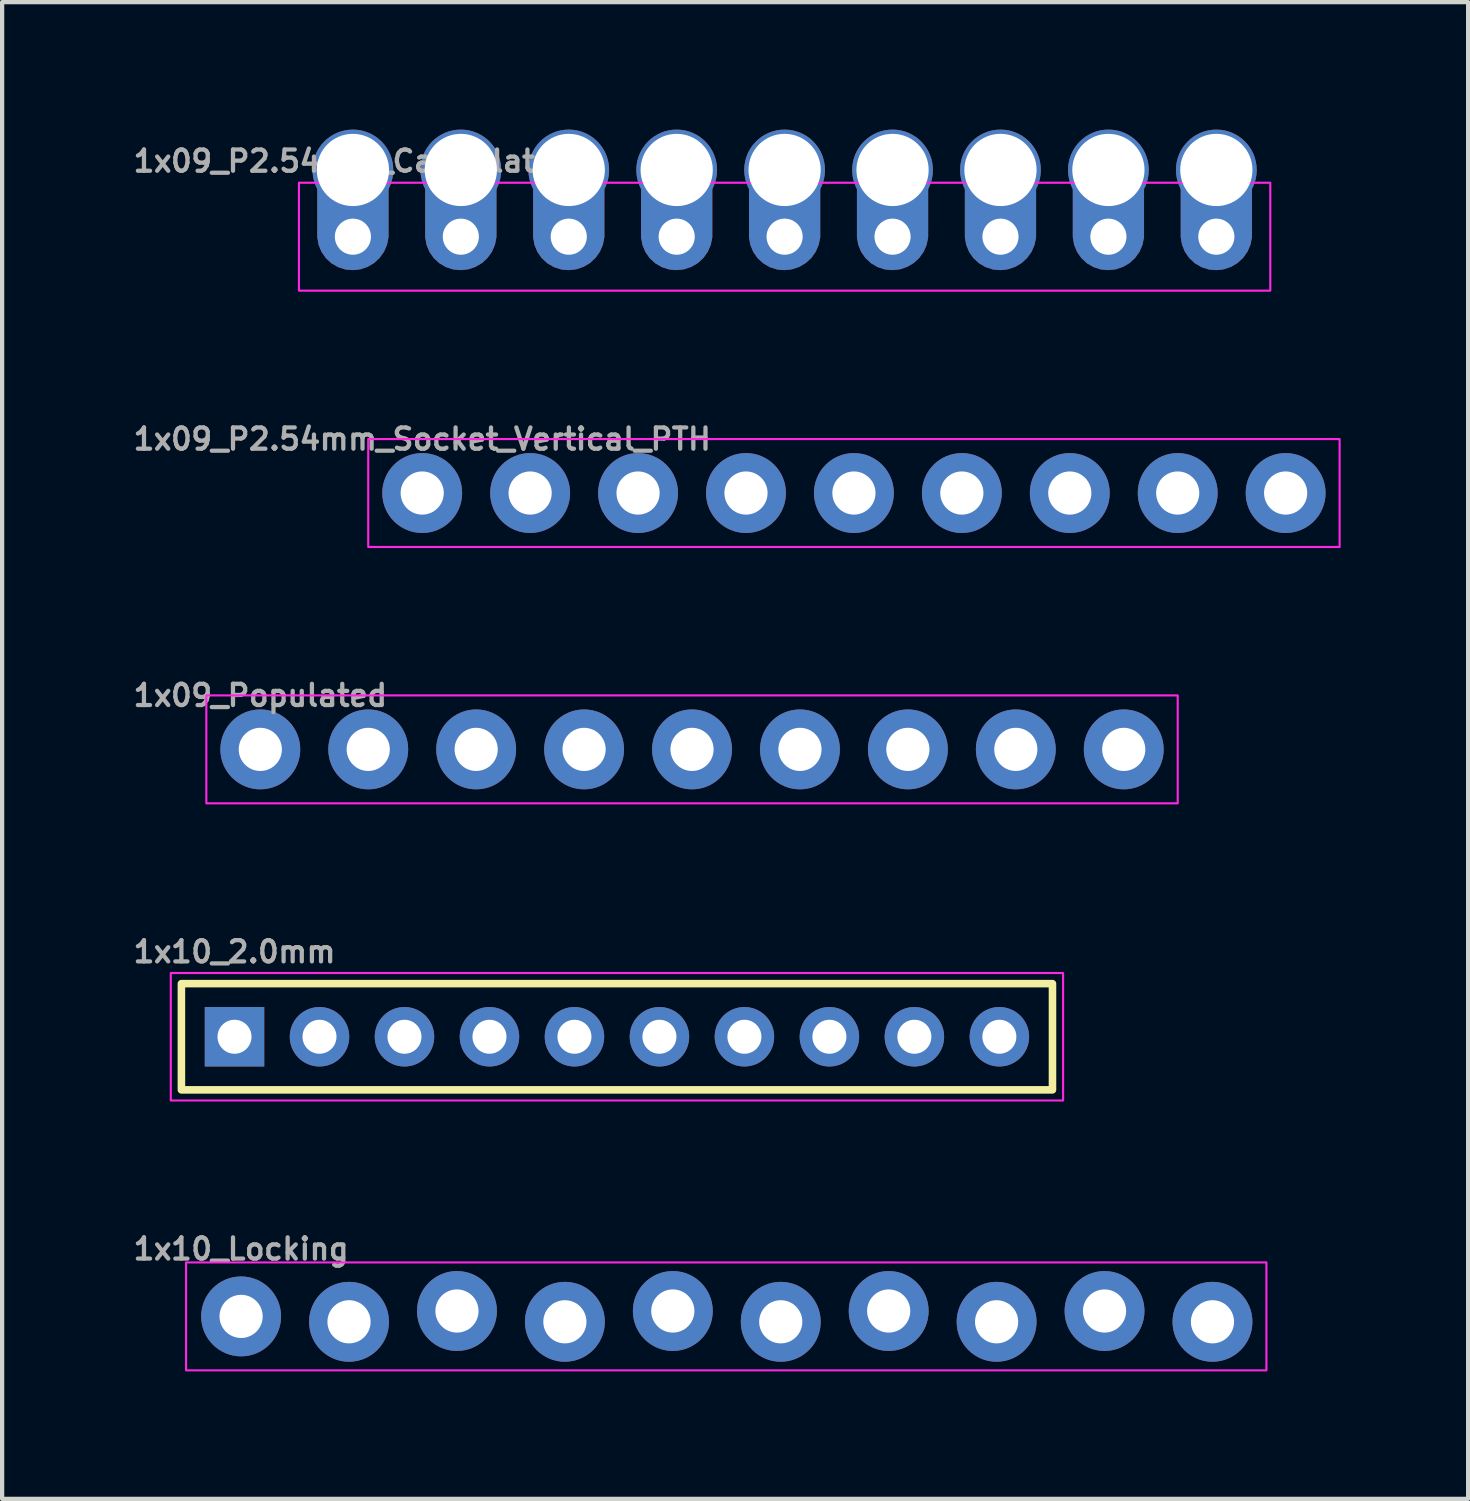
<source format=kicad_pcb>
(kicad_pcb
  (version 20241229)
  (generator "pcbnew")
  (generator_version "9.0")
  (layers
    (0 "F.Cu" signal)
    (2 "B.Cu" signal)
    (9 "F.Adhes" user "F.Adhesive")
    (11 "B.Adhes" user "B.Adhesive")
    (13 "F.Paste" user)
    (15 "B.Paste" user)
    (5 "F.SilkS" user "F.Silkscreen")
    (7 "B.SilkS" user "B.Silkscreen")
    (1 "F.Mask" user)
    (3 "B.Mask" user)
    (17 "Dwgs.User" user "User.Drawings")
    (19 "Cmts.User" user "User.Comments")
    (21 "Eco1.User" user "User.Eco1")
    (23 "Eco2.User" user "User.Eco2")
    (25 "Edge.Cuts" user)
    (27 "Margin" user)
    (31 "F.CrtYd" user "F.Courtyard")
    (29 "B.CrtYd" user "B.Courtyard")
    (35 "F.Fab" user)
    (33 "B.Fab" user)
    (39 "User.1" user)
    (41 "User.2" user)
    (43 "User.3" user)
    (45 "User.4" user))
  (footprint "1x10_Locking"
    (layer "F.Cu")
    (at 2.624 27.93)
    (property "Reference" "1x10_Locking" (at 0 -1.587 0) (layer "F.Fab") (effects (font (size 0.5 0.5) (thickness 0.1))))
    (fp_rect (start -1.295 -1.27) (end 24.13 1.27) (stroke (width 0.05) (type default)) (fill no) (layer "F.CrtYd"))
    (fp_poly (pts (xy -0.254 0.254) (xy 0.254 0.254) (xy 0.254 -0.254) (xy -0.254 -0.254)) (stroke (width 0.1) (type default)) (fill no) (layer "F.Fab"))
    (fp_poly (pts (xy 2.286 0.254) (xy 2.794 0.254) (xy 2.794 -0.254) (xy 2.286 -0.254)) (stroke (width 0.1) (type default)) (fill no) (layer "F.Fab"))
    (fp_poly (pts (xy 4.826 0.254) (xy 5.334 0.254) (xy 5.334 -0.254) (xy 4.826 -0.254)) (stroke (width 0.1) (type default)) (fill no) (layer "F.Fab"))
    (fp_poly (pts (xy 7.366 0.254) (xy 7.874 0.254) (xy 7.874 -0.254) (xy 7.366 -0.254)) (stroke (width 0.1) (type default)) (fill no) (layer "F.Fab"))
    (fp_poly (pts (xy 9.906 0.254) (xy 10.414 0.254) (xy 10.414 -0.254) (xy 9.906 -0.254)) (stroke (width 0.1) (type default)) (fill no) (layer "F.Fab"))
    (fp_poly (pts (xy 12.446 0.254) (xy 12.954 0.254) (xy 12.954 -0.254) (xy 12.446 -0.254)) (stroke (width 0.1) (type default)) (fill no) (layer "F.Fab"))
    (fp_poly (pts (xy 14.986 0.254) (xy 15.494 0.254) (xy 15.494 -0.254) (xy 14.986 -0.254)) (stroke (width 0.1) (type default)) (fill no) (layer "F.Fab"))
    (fp_poly (pts (xy 17.526 0.254) (xy 18.034 0.254) (xy 18.034 -0.254) (xy 17.526 -0.254)) (stroke (width 0.1) (type default)) (fill no) (layer "F.Fab"))
    (fp_poly (pts (xy 20.066 0.254) (xy 20.574 0.254) (xy 20.574 -0.254) (xy 20.066 -0.254)) (stroke (width 0.1) (type default)) (fill no) (layer "F.Fab"))
    (fp_poly (pts (xy 22.606 0.254) (xy 23.114 0.254) (xy 23.114 -0.254) (xy 22.606 -0.254)) (stroke (width 0.1) (type default)) (fill no) (layer "F.Fab"))
    (pad "1" thru_hole circle (at 0 0 90) (size 1.88 1.88) (drill 1.016) (layers "*.Cu" "*.Mask"))
    (pad "2" thru_hole circle (at 2.54 0.127 90) (size 1.88 1.88) (drill 1.016) (layers "*.Cu" "*.Mask"))
    (pad "3" thru_hole circle (at 5.08 -0.127 90) (size 1.88 1.88) (drill 1.016) (layers "*.Cu" "*.Mask"))
    (pad "4" thru_hole circle (at 7.62 0.127 90) (size 1.88 1.88) (drill 1.016) (layers "*.Cu" "*.Mask"))
    (pad "5" thru_hole circle (at 10.16 -0.127 90) (size 1.88 1.88) (drill 1.016) (layers "*.Cu" "*.Mask"))
    (pad "6" thru_hole circle (at 12.7 0.127 90) (size 1.88 1.88) (drill 1.016) (layers "*.Cu" "*.Mask"))
    (pad "7" thru_hole circle (at 15.24 -0.127 90) (size 1.88 1.88) (drill 1.016) (layers "*.Cu" "*.Mask"))
    (pad "8" thru_hole circle (at 17.78 0.127 90) (size 1.88 1.88) (drill 1.016) (layers "*.Cu" "*.Mask"))
    (pad "9" thru_hole circle (at 20.32 -0.127 90) (size 1.88 1.88) (drill 1.016) (layers "*.Cu" "*.Mask"))
    (pad "10" thru_hole circle (at 22.86 0.127 90) (size 1.88 1.88) (drill 1.016) (layers "*.Cu" "*.Mask")))
  (footprint "1x09_P2.54mm_Castellated"
    (layer "F.Cu")
    (at 5.255 2.52)
    (property "Reference" "1x09_P2.54mm_Castellated" (at 0 -1.778 0) (layer "F.Fab") (effects (font (size 0.5 0.5) (thickness 0.1))))
    (fp_rect (start -1.27 -1.27) (end 21.59 1.27) (stroke (width 0.05) (type default)) (fill no) (layer "F.CrtYd"))
    (fp_rect (start -0.254 -0.254) (end 0.254 0.254) (stroke (width 0.1) (type default)) (fill no) (layer "F.Fab"))
    (fp_rect (start 2.286 -0.254) (end 2.794 0.254) (stroke (width 0.1) (type default)) (fill no) (layer "F.Fab"))
    (fp_rect (start 4.826 -0.254) (end 5.334 0.254) (stroke (width 0.1) (type default)) (fill no) (layer "F.Fab"))
    (fp_rect (start 7.366 -0.254) (end 7.874 0.254) (stroke (width 0.1) (type default)) (fill no) (layer "F.Fab"))
    (fp_rect (start 9.906 -0.254) (end 10.414 0.254) (stroke (width 0.1) (type default)) (fill no) (layer "F.Fab"))
    (fp_rect (start 12.446 -0.254) (end 12.954 0.254) (stroke (width 0.1) (type default)) (fill no) (layer "F.Fab"))
    (fp_rect (start 14.986 -0.254) (end 15.494 0.254) (stroke (width 0.1) (type default)) (fill no) (layer "F.Fab"))
    (fp_rect (start 17.526 -0.254) (end 18.034 0.254) (stroke (width 0.1) (type default)) (fill no) (layer "F.Fab"))
    (fp_rect (start 20.066 -0.254) (end 20.574 0.254) (stroke (width 0.1) (type default)) (fill no) (layer "F.Fab"))
    (pad "1" thru_hole circle (at 0 -1.57 270) (size 1.9 1.9) (drill 1.7) (property pad_prop_castellated) (layers "*.Cu" "*.Mask") (remove_unused_layers yes) (keep_end_layers yes) (zone_layer_connections))
    (pad "1" thru_hole custom (at 0 0 90) (size 1.016 1.016) (drill 0.85) (layers "*.Cu" "*.Mask") (remove_unused_layers yes) (keep_end_layers yes) (zone_layer_connections) (options (anchor circle)) (primitives (gr_poly (pts (xy -0.189 0.803) (xy -0.352 0.733) (xy -0.498 0.63) (xy -0.619 0.499) (xy -0.71 0.346) (xy -0.767 0.177) (xy -0.787 0.001) (xy -0.787 -0.001) (xy -0.771 -0.179) (xy -0.716 -0.349) (xy -0.625 -0.505) (xy -0.504 -0.636) (xy -0.356 -0.739) (xy -0.19 -0.807) (xy -0.014 -0.838) (xy 1.27 -0.838) (xy 1.27 0.838) (xy -0.014 0.838)) (width 0) (fill yes))))
    (pad "2" thru_hole circle (at 2.54 -1.57 270) (size 1.9 1.9) (drill 1.7) (property pad_prop_castellated) (layers "*.Cu" "*.Mask") (remove_unused_layers yes) (keep_end_layers yes) (zone_layer_connections))
    (pad "2" thru_hole custom (at 2.54 0 90) (size 1.016 1.016) (drill 0.85) (layers "*.Cu" "*.Mask") (remove_unused_layers yes) (keep_end_layers yes) (zone_layer_connections) (options (anchor circle)) (primitives (gr_poly (pts (xy -0.189 0.803) (xy -0.352 0.733) (xy -0.498 0.63) (xy -0.619 0.499) (xy -0.71 0.346) (xy -0.767 0.177) (xy -0.787 0.001) (xy -0.787 -0.001) (xy -0.771 -0.179) (xy -0.716 -0.349) (xy -0.625 -0.505) (xy -0.504 -0.636) (xy -0.356 -0.739) (xy -0.19 -0.807) (xy -0.014 -0.838) (xy 1.27 -0.838) (xy 1.27 0.838) (xy -0.014 0.838)) (width 0) (fill yes))))
    (pad "3" thru_hole circle (at 5.08 -1.57 270) (size 1.9 1.9) (drill 1.7) (property pad_prop_castellated) (layers "*.Cu" "*.Mask") (remove_unused_layers yes) (keep_end_layers yes) (zone_layer_connections))
    (pad "3" thru_hole custom (at 5.08 0 90) (size 1.016 1.016) (drill 0.85) (layers "*.Cu" "*.Mask") (remove_unused_layers yes) (keep_end_layers yes) (zone_layer_connections) (options (anchor circle)) (primitives (gr_poly (pts (xy -0.189 0.803) (xy -0.352 0.733) (xy -0.498 0.63) (xy -0.619 0.499) (xy -0.71 0.346) (xy -0.767 0.177) (xy -0.787 0.001) (xy -0.787 -0.001) (xy -0.771 -0.179) (xy -0.716 -0.349) (xy -0.625 -0.505) (xy -0.504 -0.636) (xy -0.356 -0.739) (xy -0.19 -0.807) (xy -0.014 -0.838) (xy 1.27 -0.838) (xy 1.27 0.838) (xy -0.014 0.838)) (width 0) (fill yes))))
    (pad "4" thru_hole circle (at 7.62 -1.57 270) (size 1.9 1.9) (drill 1.7) (property pad_prop_castellated) (layers "*.Cu" "*.Mask") (remove_unused_layers yes) (keep_end_layers yes) (zone_layer_connections))
    (pad "4" thru_hole custom (at 7.62 0 90) (size 1.016 1.016) (drill 0.85) (layers "*.Cu" "*.Mask") (remove_unused_layers yes) (keep_end_layers yes) (zone_layer_connections) (options (anchor circle)) (primitives (gr_poly (pts (xy -0.189 0.803) (xy -0.352 0.733) (xy -0.498 0.63) (xy -0.619 0.499) (xy -0.71 0.346) (xy -0.767 0.177) (xy -0.787 0.001) (xy -0.787 -0.001) (xy -0.771 -0.179) (xy -0.716 -0.349) (xy -0.625 -0.505) (xy -0.504 -0.636) (xy -0.356 -0.739) (xy -0.19 -0.807) (xy -0.014 -0.838) (xy 1.27 -0.838) (xy 1.27 0.838) (xy -0.014 0.838)) (width 0) (fill yes))))
    (pad "5" thru_hole circle (at 10.16 -1.57 270) (size 1.9 1.9) (drill 1.7) (property pad_prop_castellated) (layers "*.Cu" "*.Mask") (remove_unused_layers yes) (keep_end_layers yes) (zone_layer_connections))
    (pad "5" thru_hole custom (at 10.16 0 90) (size 1.016 1.016) (drill 0.85) (layers "*.Cu" "*.Mask") (remove_unused_layers yes) (keep_end_layers yes) (zone_layer_connections) (options (anchor circle)) (primitives (gr_poly (pts (xy -0.189 0.803) (xy -0.352 0.733) (xy -0.498 0.63) (xy -0.619 0.499) (xy -0.71 0.346) (xy -0.767 0.177) (xy -0.787 0.001) (xy -0.787 -0.001) (xy -0.771 -0.179) (xy -0.716 -0.349) (xy -0.625 -0.505) (xy -0.504 -0.636) (xy -0.356 -0.739) (xy -0.19 -0.807) (xy -0.014 -0.838) (xy 1.27 -0.838) (xy 1.27 0.838) (xy -0.014 0.838)) (width 0) (fill yes))))
    (pad "6" thru_hole circle (at 12.7 -1.57 270) (size 1.9 1.9) (drill 1.7) (property pad_prop_castellated) (layers "*.Cu" "*.Mask") (remove_unused_layers yes) (keep_end_layers yes) (zone_layer_connections))
    (pad "6" thru_hole custom (at 12.7 0 90) (size 1.016 1.016) (drill 0.85) (layers "*.Cu" "*.Mask") (remove_unused_layers yes) (keep_end_layers yes) (zone_layer_connections) (options (anchor circle)) (primitives (gr_poly (pts (xy -0.189 0.803) (xy -0.352 0.733) (xy -0.498 0.63) (xy -0.619 0.499) (xy -0.71 0.346) (xy -0.767 0.177) (xy -0.787 0.001) (xy -0.787 -0.001) (xy -0.771 -0.179) (xy -0.716 -0.349) (xy -0.625 -0.505) (xy -0.504 -0.636) (xy -0.356 -0.739) (xy -0.19 -0.807) (xy -0.014 -0.838) (xy 1.27 -0.838) (xy 1.27 0.838) (xy -0.014 0.838)) (width 0) (fill yes))))
    (pad "7" thru_hole circle (at 15.24 -1.57 270) (size 1.9 1.9) (drill 1.7) (property pad_prop_castellated) (layers "*.Cu" "*.Mask") (remove_unused_layers yes) (keep_end_layers yes) (zone_layer_connections))
    (pad "7" thru_hole custom (at 15.24 0 90) (size 1.016 1.016) (drill 0.85) (layers "*.Cu" "*.Mask") (remove_unused_layers yes) (keep_end_layers yes) (zone_layer_connections) (options (anchor circle)) (primitives (gr_poly (pts (xy -0.189 0.803) (xy -0.352 0.733) (xy -0.498 0.63) (xy -0.619 0.499) (xy -0.71 0.346) (xy -0.767 0.177) (xy -0.787 0.001) (xy -0.787 -0.001) (xy -0.771 -0.179) (xy -0.716 -0.349) (xy -0.625 -0.505) (xy -0.504 -0.636) (xy -0.356 -0.739) (xy -0.19 -0.807) (xy -0.014 -0.838) (xy 1.27 -0.838) (xy 1.27 0.838) (xy -0.014 0.838)) (width 0) (fill yes))))
    (pad "8" thru_hole circle (at 17.78 -1.57 270) (size 1.9 1.9) (drill 1.7) (property pad_prop_castellated) (layers "*.Cu" "*.Mask") (remove_unused_layers yes) (keep_end_layers yes) (zone_layer_connections))
    (pad "8" thru_hole custom (at 17.78 0 90) (size 1.016 1.016) (drill 0.85) (layers "*.Cu" "*.Mask") (remove_unused_layers yes) (keep_end_layers yes) (zone_layer_connections) (options (anchor circle)) (primitives (gr_poly (pts (xy -0.189 0.803) (xy -0.352 0.733) (xy -0.498 0.63) (xy -0.619 0.499) (xy -0.71 0.346) (xy -0.767 0.177) (xy -0.787 0.001) (xy -0.787 -0.001) (xy -0.771 -0.179) (xy -0.716 -0.349) (xy -0.625 -0.505) (xy -0.504 -0.636) (xy -0.356 -0.739) (xy -0.19 -0.807) (xy -0.014 -0.838) (xy 1.27 -0.838) (xy 1.27 0.838) (xy -0.014 0.838)) (width 0) (fill yes))))
    (pad "9" thru_hole circle (at 20.32 -1.57 270) (size 1.9 1.9) (drill 1.7) (property pad_prop_castellated) (layers "*.Cu" "*.Mask") (remove_unused_layers yes) (keep_end_layers yes) (zone_layer_connections))
    (pad "9" thru_hole custom (at 20.32 0 90) (size 1.016 1.016) (drill 0.85) (layers "*.Cu" "*.Mask") (remove_unused_layers yes) (keep_end_layers yes) (zone_layer_connections) (options (anchor circle)) (primitives (gr_poly (pts (xy -0.189 0.803) (xy -0.352 0.733) (xy -0.498 0.63) (xy -0.619 0.499) (xy -0.71 0.346) (xy -0.767 0.177) (xy -0.787 0.001) (xy -0.787 -0.001) (xy -0.771 -0.179) (xy -0.716 -0.349) (xy -0.625 -0.505) (xy -0.504 -0.636) (xy -0.356 -0.739) (xy -0.19 -0.807) (xy -0.014 -0.838) (xy 1.27 -0.838) (xy 1.27 0.838) (xy -0.014 0.838)) (width 0) (fill yes)))))
  (footprint "1x09_P2.54mm_Socket_Vertical_PTH"
    (layer "F.Cu")
    (at 6.886 8.553)
    (property "Reference" "1x09_P2.54mm_Socket_Vertical_PTH" (at 0 -1.27 0) (layer "F.Fab") (effects (font (size 0.5 0.5) (thickness 0.1))))
    (fp_rect (start -1.27 -1.27) (end 21.59 1.27) (stroke (width 0.05) (type default)) (fill no) (layer "F.CrtYd"))
    (fp_poly (pts (xy -0.254 0.254) (xy 0.254 0.254) (xy 0.254 -0.254) (xy -0.254 -0.254)) (stroke (width 0.1) (type default)) (fill no) (layer "F.Fab"))
    (fp_poly (pts (xy 2.286 0.254) (xy 2.794 0.254) (xy 2.794 -0.254) (xy 2.286 -0.254)) (stroke (width 0.1) (type default)) (fill no) (layer "F.Fab"))
    (fp_poly (pts (xy 4.826 0.254) (xy 5.334 0.254) (xy 5.334 -0.254) (xy 4.826 -0.254)) (stroke (width 0.1) (type default)) (fill no) (layer "F.Fab"))
    (fp_poly (pts (xy 7.366 0.254) (xy 7.874 0.254) (xy 7.874 -0.254) (xy 7.366 -0.254)) (stroke (width 0.1) (type default)) (fill no) (layer "F.Fab"))
    (fp_poly (pts (xy 9.906 0.254) (xy 10.414 0.254) (xy 10.414 -0.254) (xy 9.906 -0.254)) (stroke (width 0.1) (type default)) (fill no) (layer "F.Fab"))
    (fp_poly (pts (xy 12.446 0.254) (xy 12.954 0.254) (xy 12.954 -0.254) (xy 12.446 -0.254)) (stroke (width 0.1) (type default)) (fill no) (layer "F.Fab"))
    (fp_poly (pts (xy 14.986 0.254) (xy 15.494 0.254) (xy 15.494 -0.254) (xy 14.986 -0.254)) (stroke (width 0.1) (type default)) (fill no) (layer "F.Fab"))
    (fp_poly (pts (xy 17.526 0.254) (xy 18.034 0.254) (xy 18.034 -0.254) (xy 17.526 -0.254)) (stroke (width 0.1) (type default)) (fill no) (layer "F.Fab"))
    (fp_poly (pts (xy 20.066 0.254) (xy 20.574 0.254) (xy 20.574 -0.254) (xy 20.066 -0.254)) (stroke (width 0.1) (type default)) (fill no) (layer "F.Fab"))
    (pad "1" thru_hole circle (at 0 0 90) (size 1.88 1.88) (drill 1.016) (layers "*.Cu" "*.Mask") (remove_unused_layers yes) (keep_end_layers yes) (zone_layer_connections))
    (pad "2" thru_hole circle (at 2.54 0 90) (size 1.88 1.88) (drill 1.016) (layers "*.Cu" "*.Mask") (remove_unused_layers yes) (keep_end_layers yes) (zone_layer_connections))
    (pad "3" thru_hole circle (at 5.08 0 90) (size 1.88 1.88) (drill 1.016) (layers "*.Cu" "*.Mask") (remove_unused_layers yes) (keep_end_layers yes) (zone_layer_connections))
    (pad "4" thru_hole circle (at 7.62 0 90) (size 1.88 1.88) (drill 1.016) (layers "*.Cu" "*.Mask") (remove_unused_layers yes) (keep_end_layers yes) (zone_layer_connections))
    (pad "5" thru_hole circle (at 10.16 0 90) (size 1.88 1.88) (drill 1.016) (layers "*.Cu" "*.Mask") (remove_unused_layers yes) (keep_end_layers yes) (zone_layer_connections))
    (pad "6" thru_hole circle (at 12.7 0 90) (size 1.88 1.88) (drill 1.016) (layers "*.Cu" "*.Mask") (remove_unused_layers yes) (keep_end_layers yes) (zone_layer_connections))
    (pad "7" thru_hole circle (at 15.24 0 90) (size 1.88 1.88) (drill 1.016) (layers "*.Cu" "*.Mask") (remove_unused_layers yes) (keep_end_layers yes) (zone_layer_connections))
    (pad "8" thru_hole circle (at 17.78 0 90) (size 1.88 1.88) (drill 1.016) (layers "*.Cu" "*.Mask") (remove_unused_layers yes) (keep_end_layers yes) (zone_layer_connections))
    (pad "9" thru_hole circle (at 20.32 0 90) (size 1.88 1.88) (drill 1.016) (layers "*.Cu" "*.Mask") (remove_unused_layers yes) (keep_end_layers yes) (zone_layer_connections)))
  (footprint "1x09_Populated"
    (layer "F.Cu")
    (at 3.076 14.586)
    (property "Reference" "1x09_Populated" (at 0 -1.27 0) (layer "F.Fab") (effects (font (size 0.5 0.5) (thickness 0.1))))
    (fp_rect (start -1.27 -1.27) (end 21.59 1.27) (stroke (width 0.05) (type default)) (fill no) (layer "F.CrtYd"))
    (fp_poly (pts (xy -0.254 0.254) (xy 0.254 0.254) (xy 0.254 -0.254) (xy -0.254 -0.254)) (stroke (width 0.1) (type default)) (fill no) (layer "F.Fab"))
    (fp_poly (pts (xy 2.286 0.254) (xy 2.794 0.254) (xy 2.794 -0.254) (xy 2.286 -0.254)) (stroke (width 0.1) (type default)) (fill no) (layer "F.Fab"))
    (fp_poly (pts (xy 4.826 0.254) (xy 5.334 0.254) (xy 5.334 -0.254) (xy 4.826 -0.254)) (stroke (width 0.1) (type default)) (fill no) (layer "F.Fab"))
    (fp_poly (pts (xy 7.366 0.254) (xy 7.874 0.254) (xy 7.874 -0.254) (xy 7.366 -0.254)) (stroke (width 0.1) (type default)) (fill no) (layer "F.Fab"))
    (fp_poly (pts (xy 9.906 0.254) (xy 10.414 0.254) (xy 10.414 -0.254) (xy 9.906 -0.254)) (stroke (width 0.1) (type default)) (fill no) (layer "F.Fab"))
    (fp_poly (pts (xy 12.446 0.254) (xy 12.954 0.254) (xy 12.954 -0.254) (xy 12.446 -0.254)) (stroke (width 0.1) (type default)) (fill no) (layer "F.Fab"))
    (fp_poly (pts (xy 14.986 0.254) (xy 15.494 0.254) (xy 15.494 -0.254) (xy 14.986 -0.254)) (stroke (width 0.1) (type default)) (fill no) (layer "F.Fab"))
    (fp_poly (pts (xy 17.526 0.254) (xy 18.034 0.254) (xy 18.034 -0.254) (xy 17.526 -0.254)) (stroke (width 0.1) (type default)) (fill no) (layer "F.Fab"))
    (fp_poly (pts (xy 20.066 0.254) (xy 20.574 0.254) (xy 20.574 -0.254) (xy 20.066 -0.254)) (stroke (width 0.1) (type default)) (fill no) (layer "F.Fab"))
    (pad "1" thru_hole circle (at 0 0 90) (size 1.88 1.88) (drill 1.016) (layers "*.Cu" "*.Mask") (remove_unused_layers yes) (keep_end_layers yes) (zone_layer_connections))
    (pad "2" thru_hole circle (at 2.54 0 90) (size 1.88 1.88) (drill 1.016) (layers "*.Cu" "*.Mask") (remove_unused_layers yes) (keep_end_layers yes) (zone_layer_connections))
    (pad "3" thru_hole circle (at 5.08 0 90) (size 1.88 1.88) (drill 1.016) (layers "*.Cu" "*.Mask") (remove_unused_layers yes) (keep_end_layers yes) (zone_layer_connections))
    (pad "4" thru_hole circle (at 7.62 0 90) (size 1.88 1.88) (drill 1.016) (layers "*.Cu" "*.Mask") (remove_unused_layers yes) (keep_end_layers yes) (zone_layer_connections))
    (pad "5" thru_hole circle (at 10.16 0 90) (size 1.88 1.88) (drill 1.016) (layers "*.Cu" "*.Mask") (remove_unused_layers yes) (keep_end_layers yes) (zone_layer_connections))
    (pad "6" thru_hole circle (at 12.7 0 90) (size 1.88 1.88) (drill 1.016) (layers "*.Cu" "*.Mask") (remove_unused_layers yes) (keep_end_layers yes) (zone_layer_connections))
    (pad "7" thru_hole circle (at 15.24 0 90) (size 1.88 1.88) (drill 1.016) (layers "*.Cu" "*.Mask") (remove_unused_layers yes) (keep_end_layers yes) (zone_layer_connections))
    (pad "8" thru_hole circle (at 17.78 0 90) (size 1.88 1.88) (drill 1.016) (layers "*.Cu" "*.Mask") (remove_unused_layers yes) (keep_end_layers yes) (zone_layer_connections))
    (pad "9" thru_hole circle (at 20.32 0 90) (size 1.88 1.88) (drill 1.016) (layers "*.Cu" "*.Mask") (remove_unused_layers yes) (keep_end_layers yes) (zone_layer_connections)))
  (footprint "1x10_2.0mm"
    (layer "F.Cu")
    (at 2.469 21.349)
    (property "Reference" "1x10_2.0mm" (at 0 -2 0) (unlocked yes) (layer "F.Fab") (effects (font (size 0.5 0.5) (thickness 0.1))))
    (fp_rect (start -1.25 -1.25) (end 19.25 1.25) (stroke (width 0.178) (type default)) (fill no) (layer "F.SilkS"))
    (fp_rect (start -1.5 -1.5) (end 19.5 1.5) (stroke (width 0.05) (type default)) (fill no) (layer "F.CrtYd"))
    (pad "1" thru_hole rect (at 0 0) (size 1.4 1.4) (drill 0.8) (layers "*.Cu" "*.Mask"))
    (pad "2" thru_hole circle (at 2 0) (size 1.4 1.4) (drill 0.8) (layers "*.Cu" "*.Mask"))
    (pad "3" thru_hole circle (at 4 0) (size 1.4 1.4) (drill 0.8) (layers "*.Cu" "*.Mask"))
    (pad "4" thru_hole circle (at 6 0) (size 1.4 1.4) (drill 0.8) (layers "*.Cu" "*.Mask"))
    (pad "5" thru_hole circle (at 8 0) (size 1.4 1.4) (drill 0.8) (layers "*.Cu" "*.Mask"))
    (pad "6" thru_hole circle (at 10 0) (size 1.4 1.4) (drill 0.8) (layers "*.Cu" "*.Mask"))
    (pad "7" thru_hole circle (at 12 0) (size 1.4 1.4) (drill 0.8) (layers "*.Cu" "*.Mask"))
    (pad "8" thru_hole circle (at 14 0) (size 1.4 1.4) (drill 0.8) (layers "*.Cu" "*.Mask"))
    (pad "9" thru_hole circle (at 16 0) (size 1.4 1.4) (drill 0.8) (layers "*.Cu" "*.Mask"))
    (pad "10" thru_hole circle (at 18 0) (size 1.4 1.4) (drill 0.8) (layers "*.Cu" "*.Mask")))
  (gr_rect
    (start -3 -3)
    (end 31.501 32.224)
    (stroke (width 0.1) (type default))
    (fill no)
    (layer "Edge.Cuts")))
</source>
